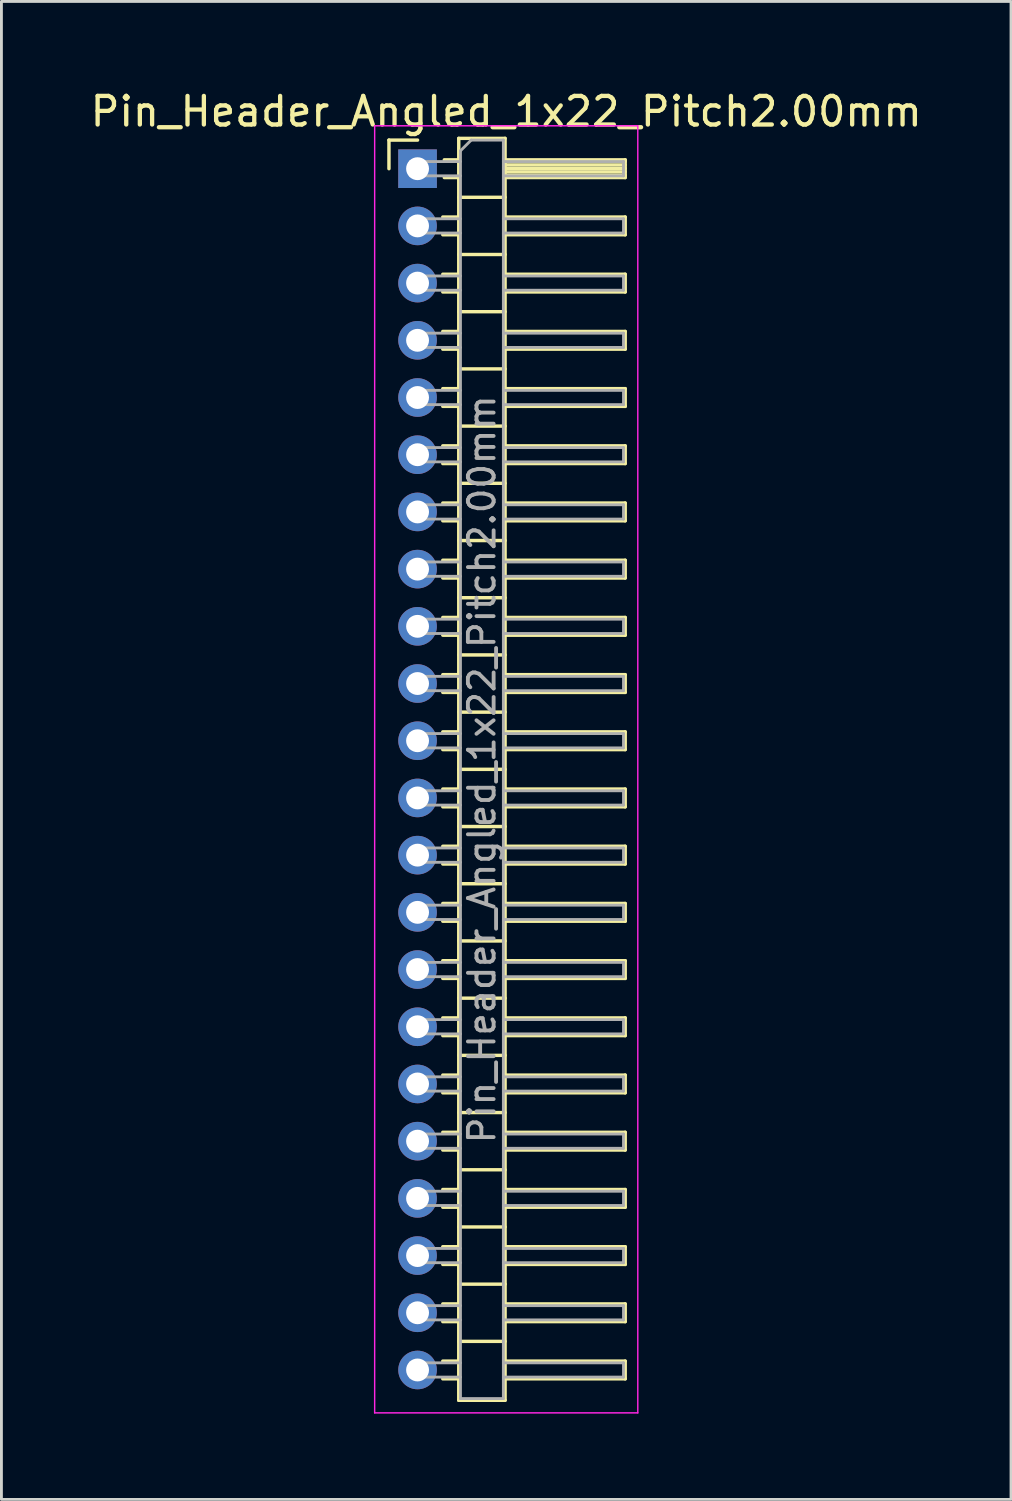
<source format=kicad_pcb>
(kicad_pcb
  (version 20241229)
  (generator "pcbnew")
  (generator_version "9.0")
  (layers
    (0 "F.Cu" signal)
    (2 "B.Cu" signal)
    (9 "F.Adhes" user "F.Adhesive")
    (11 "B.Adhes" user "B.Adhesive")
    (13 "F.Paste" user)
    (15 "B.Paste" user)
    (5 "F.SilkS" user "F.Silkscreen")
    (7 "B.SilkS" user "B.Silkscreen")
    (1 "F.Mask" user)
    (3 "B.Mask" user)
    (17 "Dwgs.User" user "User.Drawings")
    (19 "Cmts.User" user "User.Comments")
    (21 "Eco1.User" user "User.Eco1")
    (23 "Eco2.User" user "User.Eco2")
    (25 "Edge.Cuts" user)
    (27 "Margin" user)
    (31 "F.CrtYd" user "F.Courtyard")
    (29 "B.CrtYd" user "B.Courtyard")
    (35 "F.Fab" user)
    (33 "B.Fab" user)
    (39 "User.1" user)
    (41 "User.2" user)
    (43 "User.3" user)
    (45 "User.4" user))
  (footprint "Pin_Header_Angled_1x22_Pitch2.00mm"
    (layer "F.Cu")
    (at 11.549 2.848)
    (property "Reference" "Pin_Header_Angled_1x22_Pitch2.00mm" (at 3.1 -2 0) (layer "F.SilkS") (effects (font (size 1 1) (thickness 0.15))))
    (attr through_hole)
    (fp_line (start -1 -1) (end 0 -1) (stroke (width 0.12) (type solid)) (layer "F.SilkS"))
    (fp_line (start -1 0) (end -1 -1) (stroke (width 0.12) (type solid)) (layer "F.SilkS"))
    (fp_line (start 0.882 1.69) (end 1.44 1.69) (stroke (width 0.12) (type solid)) (layer "F.SilkS"))
    (fp_line (start 0.882 2.31) (end 1.44 2.31) (stroke (width 0.12) (type solid)) (layer "F.SilkS"))
    (fp_line (start 0.882 3.69) (end 1.44 3.69) (stroke (width 0.12) (type solid)) (layer "F.SilkS"))
    (fp_line (start 0.882 4.31) (end 1.44 4.31) (stroke (width 0.12) (type solid)) (layer "F.SilkS"))
    (fp_line (start 0.882 5.69) (end 1.44 5.69) (stroke (width 0.12) (type solid)) (layer "F.SilkS"))
    (fp_line (start 0.882 6.31) (end 1.44 6.31) (stroke (width 0.12) (type solid)) (layer "F.SilkS"))
    (fp_line (start 0.882 7.69) (end 1.44 7.69) (stroke (width 0.12) (type solid)) (layer "F.SilkS"))
    (fp_line (start 0.882 8.31) (end 1.44 8.31) (stroke (width 0.12) (type solid)) (layer "F.SilkS"))
    (fp_line (start 0.882 9.69) (end 1.44 9.69) (stroke (width 0.12) (type solid)) (layer "F.SilkS"))
    (fp_line (start 0.882 10.31) (end 1.44 10.31) (stroke (width 0.12) (type solid)) (layer "F.SilkS"))
    (fp_line (start 0.882 11.69) (end 1.44 11.69) (stroke (width 0.12) (type solid)) (layer "F.SilkS"))
    (fp_line (start 0.882 12.31) (end 1.44 12.31) (stroke (width 0.12) (type solid)) (layer "F.SilkS"))
    (fp_line (start 0.882 13.69) (end 1.44 13.69) (stroke (width 0.12) (type solid)) (layer "F.SilkS"))
    (fp_line (start 0.882 14.31) (end 1.44 14.31) (stroke (width 0.12) (type solid)) (layer "F.SilkS"))
    (fp_line (start 0.882 15.69) (end 1.44 15.69) (stroke (width 0.12) (type solid)) (layer "F.SilkS"))
    (fp_line (start 0.882 16.31) (end 1.44 16.31) (stroke (width 0.12) (type solid)) (layer "F.SilkS"))
    (fp_line (start 0.882 17.69) (end 1.44 17.69) (stroke (width 0.12) (type solid)) (layer "F.SilkS"))
    (fp_line (start 0.882 18.31) (end 1.44 18.31) (stroke (width 0.12) (type solid)) (layer "F.SilkS"))
    (fp_line (start 0.882 19.69) (end 1.44 19.69) (stroke (width 0.12) (type solid)) (layer "F.SilkS"))
    (fp_line (start 0.882 20.31) (end 1.44 20.31) (stroke (width 0.12) (type solid)) (layer "F.SilkS"))
    (fp_line (start 0.882 21.69) (end 1.44 21.69) (stroke (width 0.12) (type solid)) (layer "F.SilkS"))
    (fp_line (start 0.882 22.31) (end 1.44 22.31) (stroke (width 0.12) (type solid)) (layer "F.SilkS"))
    (fp_line (start 0.882 23.69) (end 1.44 23.69) (stroke (width 0.12) (type solid)) (layer "F.SilkS"))
    (fp_line (start 0.882 24.31) (end 1.44 24.31) (stroke (width 0.12) (type solid)) (layer "F.SilkS"))
    (fp_line (start 0.882 25.69) (end 1.44 25.69) (stroke (width 0.12) (type solid)) (layer "F.SilkS"))
    (fp_line (start 0.882 26.31) (end 1.44 26.31) (stroke (width 0.12) (type solid)) (layer "F.SilkS"))
    (fp_line (start 0.882 27.69) (end 1.44 27.69) (stroke (width 0.12) (type solid)) (layer "F.SilkS"))
    (fp_line (start 0.882 28.31) (end 1.44 28.31) (stroke (width 0.12) (type solid)) (layer "F.SilkS"))
    (fp_line (start 0.882 29.69) (end 1.44 29.69) (stroke (width 0.12) (type solid)) (layer "F.SilkS"))
    (fp_line (start 0.882 30.31) (end 1.44 30.31) (stroke (width 0.12) (type solid)) (layer "F.SilkS"))
    (fp_line (start 0.882 31.69) (end 1.44 31.69) (stroke (width 0.12) (type solid)) (layer "F.SilkS"))
    (fp_line (start 0.882 32.31) (end 1.44 32.31) (stroke (width 0.12) (type solid)) (layer "F.SilkS"))
    (fp_line (start 0.882 33.69) (end 1.44 33.69) (stroke (width 0.12) (type solid)) (layer "F.SilkS"))
    (fp_line (start 0.882 34.31) (end 1.44 34.31) (stroke (width 0.12) (type solid)) (layer "F.SilkS"))
    (fp_line (start 0.882 35.69) (end 1.44 35.69) (stroke (width 0.12) (type solid)) (layer "F.SilkS"))
    (fp_line (start 0.882 36.31) (end 1.44 36.31) (stroke (width 0.12) (type solid)) (layer "F.SilkS"))
    (fp_line (start 0.882 37.69) (end 1.44 37.69) (stroke (width 0.12) (type solid)) (layer "F.SilkS"))
    (fp_line (start 0.882 38.31) (end 1.44 38.31) (stroke (width 0.12) (type solid)) (layer "F.SilkS"))
    (fp_line (start 0.882 39.69) (end 1.44 39.69) (stroke (width 0.12) (type solid)) (layer "F.SilkS"))
    (fp_line (start 0.882 40.31) (end 1.44 40.31) (stroke (width 0.12) (type solid)) (layer "F.SilkS"))
    (fp_line (start 0.882 41.69) (end 1.44 41.69) (stroke (width 0.12) (type solid)) (layer "F.SilkS"))
    (fp_line (start 0.882 42.31) (end 1.44 42.31) (stroke (width 0.12) (type solid)) (layer "F.SilkS"))
    (fp_line (start 0.935 -0.31) (end 1.44 -0.31) (stroke (width 0.12) (type solid)) (layer "F.SilkS"))
    (fp_line (start 0.935 0.31) (end 1.44 0.31) (stroke (width 0.12) (type solid)) (layer "F.SilkS"))
    (fp_line (start 1.44 -1.06) (end 1.44 43.06) (stroke (width 0.12) (type solid)) (layer "F.SilkS"))
    (fp_line (start 1.44 1) (end 3.06 1) (stroke (width 0.12) (type solid)) (layer "F.SilkS"))
    (fp_line (start 1.44 3) (end 3.06 3) (stroke (width 0.12) (type solid)) (layer "F.SilkS"))
    (fp_line (start 1.44 5) (end 3.06 5) (stroke (width 0.12) (type solid)) (layer "F.SilkS"))
    (fp_line (start 1.44 7) (end 3.06 7) (stroke (width 0.12) (type solid)) (layer "F.SilkS"))
    (fp_line (start 1.44 9) (end 3.06 9) (stroke (width 0.12) (type solid)) (layer "F.SilkS"))
    (fp_line (start 1.44 11) (end 3.06 11) (stroke (width 0.12) (type solid)) (layer "F.SilkS"))
    (fp_line (start 1.44 13) (end 3.06 13) (stroke (width 0.12) (type solid)) (layer "F.SilkS"))
    (fp_line (start 1.44 15) (end 3.06 15) (stroke (width 0.12) (type solid)) (layer "F.SilkS"))
    (fp_line (start 1.44 17) (end 3.06 17) (stroke (width 0.12) (type solid)) (layer "F.SilkS"))
    (fp_line (start 1.44 19) (end 3.06 19) (stroke (width 0.12) (type solid)) (layer "F.SilkS"))
    (fp_line (start 1.44 21) (end 3.06 21) (stroke (width 0.12) (type solid)) (layer "F.SilkS"))
    (fp_line (start 1.44 23) (end 3.06 23) (stroke (width 0.12) (type solid)) (layer "F.SilkS"))
    (fp_line (start 1.44 25) (end 3.06 25) (stroke (width 0.12) (type solid)) (layer "F.SilkS"))
    (fp_line (start 1.44 27) (end 3.06 27) (stroke (width 0.12) (type solid)) (layer "F.SilkS"))
    (fp_line (start 1.44 29) (end 3.06 29) (stroke (width 0.12) (type solid)) (layer "F.SilkS"))
    (fp_line (start 1.44 31) (end 3.06 31) (stroke (width 0.12) (type solid)) (layer "F.SilkS"))
    (fp_line (start 1.44 33) (end 3.06 33) (stroke (width 0.12) (type solid)) (layer "F.SilkS"))
    (fp_line (start 1.44 35) (end 3.06 35) (stroke (width 0.12) (type solid)) (layer "F.SilkS"))
    (fp_line (start 1.44 37) (end 3.06 37) (stroke (width 0.12) (type solid)) (layer "F.SilkS"))
    (fp_line (start 1.44 39) (end 3.06 39) (stroke (width 0.12) (type solid)) (layer "F.SilkS"))
    (fp_line (start 1.44 41) (end 3.06 41) (stroke (width 0.12) (type solid)) (layer "F.SilkS"))
    (fp_line (start 1.44 43.06) (end 3.06 43.06) (stroke (width 0.12) (type solid)) (layer "F.SilkS"))
    (fp_line (start 3.06 -1.06) (end 1.44 -1.06) (stroke (width 0.12) (type solid)) (layer "F.SilkS"))
    (fp_line (start 3.06 -0.31) (end 7.26 -0.31) (stroke (width 0.12) (type solid)) (layer "F.SilkS"))
    (fp_line (start 3.06 -0.25) (end 7.26 -0.25) (stroke (width 0.12) (type solid)) (layer "F.SilkS"))
    (fp_line (start 3.06 -0.13) (end 7.26 -0.13) (stroke (width 0.12) (type solid)) (layer "F.SilkS"))
    (fp_line (start 3.06 -0.01) (end 7.26 -0.01) (stroke (width 0.12) (type solid)) (layer "F.SilkS"))
    (fp_line (start 3.06 0.11) (end 7.26 0.11) (stroke (width 0.12) (type solid)) (layer "F.SilkS"))
    (fp_line (start 3.06 0.23) (end 7.26 0.23) (stroke (width 0.12) (type solid)) (layer "F.SilkS"))
    (fp_line (start 3.06 1.69) (end 7.26 1.69) (stroke (width 0.12) (type solid)) (layer "F.SilkS"))
    (fp_line (start 3.06 3.69) (end 7.26 3.69) (stroke (width 0.12) (type solid)) (layer "F.SilkS"))
    (fp_line (start 3.06 5.69) (end 7.26 5.69) (stroke (width 0.12) (type solid)) (layer "F.SilkS"))
    (fp_line (start 3.06 7.69) (end 7.26 7.69) (stroke (width 0.12) (type solid)) (layer "F.SilkS"))
    (fp_line (start 3.06 9.69) (end 7.26 9.69) (stroke (width 0.12) (type solid)) (layer "F.SilkS"))
    (fp_line (start 3.06 11.69) (end 7.26 11.69) (stroke (width 0.12) (type solid)) (layer "F.SilkS"))
    (fp_line (start 3.06 13.69) (end 7.26 13.69) (stroke (width 0.12) (type solid)) (layer "F.SilkS"))
    (fp_line (start 3.06 15.69) (end 7.26 15.69) (stroke (width 0.12) (type solid)) (layer "F.SilkS"))
    (fp_line (start 3.06 17.69) (end 7.26 17.69) (stroke (width 0.12) (type solid)) (layer "F.SilkS"))
    (fp_line (start 3.06 19.69) (end 7.26 19.69) (stroke (width 0.12) (type solid)) (layer "F.SilkS"))
    (fp_line (start 3.06 21.69) (end 7.26 21.69) (stroke (width 0.12) (type solid)) (layer "F.SilkS"))
    (fp_line (start 3.06 23.69) (end 7.26 23.69) (stroke (width 0.12) (type solid)) (layer "F.SilkS"))
    (fp_line (start 3.06 25.69) (end 7.26 25.69) (stroke (width 0.12) (type solid)) (layer "F.SilkS"))
    (fp_line (start 3.06 27.69) (end 7.26 27.69) (stroke (width 0.12) (type solid)) (layer "F.SilkS"))
    (fp_line (start 3.06 29.69) (end 7.26 29.69) (stroke (width 0.12) (type solid)) (layer "F.SilkS"))
    (fp_line (start 3.06 31.69) (end 7.26 31.69) (stroke (width 0.12) (type solid)) (layer "F.SilkS"))
    (fp_line (start 3.06 33.69) (end 7.26 33.69) (stroke (width 0.12) (type solid)) (layer "F.SilkS"))
    (fp_line (start 3.06 35.69) (end 7.26 35.69) (stroke (width 0.12) (type solid)) (layer "F.SilkS"))
    (fp_line (start 3.06 37.69) (end 7.26 37.69) (stroke (width 0.12) (type solid)) (layer "F.SilkS"))
    (fp_line (start 3.06 39.69) (end 7.26 39.69) (stroke (width 0.12) (type solid)) (layer "F.SilkS"))
    (fp_line (start 3.06 41.69) (end 7.26 41.69) (stroke (width 0.12) (type solid)) (layer "F.SilkS"))
    (fp_line (start 3.06 43.06) (end 3.06 -1.06) (stroke (width 0.12) (type solid)) (layer "F.SilkS"))
    (fp_line (start 7.26 -0.31) (end 7.26 0.31) (stroke (width 0.12) (type solid)) (layer "F.SilkS"))
    (fp_line (start 7.26 0.31) (end 3.06 0.31) (stroke (width 0.12) (type solid)) (layer "F.SilkS"))
    (fp_line (start 7.26 1.69) (end 7.26 2.31) (stroke (width 0.12) (type solid)) (layer "F.SilkS"))
    (fp_line (start 7.26 2.31) (end 3.06 2.31) (stroke (width 0.12) (type solid)) (layer "F.SilkS"))
    (fp_line (start 7.26 3.69) (end 7.26 4.31) (stroke (width 0.12) (type solid)) (layer "F.SilkS"))
    (fp_line (start 7.26 4.31) (end 3.06 4.31) (stroke (width 0.12) (type solid)) (layer "F.SilkS"))
    (fp_line (start 7.26 5.69) (end 7.26 6.31) (stroke (width 0.12) (type solid)) (layer "F.SilkS"))
    (fp_line (start 7.26 6.31) (end 3.06 6.31) (stroke (width 0.12) (type solid)) (layer "F.SilkS"))
    (fp_line (start 7.26 7.69) (end 7.26 8.31) (stroke (width 0.12) (type solid)) (layer "F.SilkS"))
    (fp_line (start 7.26 8.31) (end 3.06 8.31) (stroke (width 0.12) (type solid)) (layer "F.SilkS"))
    (fp_line (start 7.26 9.69) (end 7.26 10.31) (stroke (width 0.12) (type solid)) (layer "F.SilkS"))
    (fp_line (start 7.26 10.31) (end 3.06 10.31) (stroke (width 0.12) (type solid)) (layer "F.SilkS"))
    (fp_line (start 7.26 11.69) (end 7.26 12.31) (stroke (width 0.12) (type solid)) (layer "F.SilkS"))
    (fp_line (start 7.26 12.31) (end 3.06 12.31) (stroke (width 0.12) (type solid)) (layer "F.SilkS"))
    (fp_line (start 7.26 13.69) (end 7.26 14.31) (stroke (width 0.12) (type solid)) (layer "F.SilkS"))
    (fp_line (start 7.26 14.31) (end 3.06 14.31) (stroke (width 0.12) (type solid)) (layer "F.SilkS"))
    (fp_line (start 7.26 15.69) (end 7.26 16.31) (stroke (width 0.12) (type solid)) (layer "F.SilkS"))
    (fp_line (start 7.26 16.31) (end 3.06 16.31) (stroke (width 0.12) (type solid)) (layer "F.SilkS"))
    (fp_line (start 7.26 17.69) (end 7.26 18.31) (stroke (width 0.12) (type solid)) (layer "F.SilkS"))
    (fp_line (start 7.26 18.31) (end 3.06 18.31) (stroke (width 0.12) (type solid)) (layer "F.SilkS"))
    (fp_line (start 7.26 19.69) (end 7.26 20.31) (stroke (width 0.12) (type solid)) (layer "F.SilkS"))
    (fp_line (start 7.26 20.31) (end 3.06 20.31) (stroke (width 0.12) (type solid)) (layer "F.SilkS"))
    (fp_line (start 7.26 21.69) (end 7.26 22.31) (stroke (width 0.12) (type solid)) (layer "F.SilkS"))
    (fp_line (start 7.26 22.31) (end 3.06 22.31) (stroke (width 0.12) (type solid)) (layer "F.SilkS"))
    (fp_line (start 7.26 23.69) (end 7.26 24.31) (stroke (width 0.12) (type solid)) (layer "F.SilkS"))
    (fp_line (start 7.26 24.31) (end 3.06 24.31) (stroke (width 0.12) (type solid)) (layer "F.SilkS"))
    (fp_line (start 7.26 25.69) (end 7.26 26.31) (stroke (width 0.12) (type solid)) (layer "F.SilkS"))
    (fp_line (start 7.26 26.31) (end 3.06 26.31) (stroke (width 0.12) (type solid)) (layer "F.SilkS"))
    (fp_line (start 7.26 27.69) (end 7.26 28.31) (stroke (width 0.12) (type solid)) (layer "F.SilkS"))
    (fp_line (start 7.26 28.31) (end 3.06 28.31) (stroke (width 0.12) (type solid)) (layer "F.SilkS"))
    (fp_line (start 7.26 29.69) (end 7.26 30.31) (stroke (width 0.12) (type solid)) (layer "F.SilkS"))
    (fp_line (start 7.26 30.31) (end 3.06 30.31) (stroke (width 0.12) (type solid)) (layer "F.SilkS"))
    (fp_line (start 7.26 31.69) (end 7.26 32.31) (stroke (width 0.12) (type solid)) (layer "F.SilkS"))
    (fp_line (start 7.26 32.31) (end 3.06 32.31) (stroke (width 0.12) (type solid)) (layer "F.SilkS"))
    (fp_line (start 7.26 33.69) (end 7.26 34.31) (stroke (width 0.12) (type solid)) (layer "F.SilkS"))
    (fp_line (start 7.26 34.31) (end 3.06 34.31) (stroke (width 0.12) (type solid)) (layer "F.SilkS"))
    (fp_line (start 7.26 35.69) (end 7.26 36.31) (stroke (width 0.12) (type solid)) (layer "F.SilkS"))
    (fp_line (start 7.26 36.31) (end 3.06 36.31) (stroke (width 0.12) (type solid)) (layer "F.SilkS"))
    (fp_line (start 7.26 37.69) (end 7.26 38.31) (stroke (width 0.12) (type solid)) (layer "F.SilkS"))
    (fp_line (start 7.26 38.31) (end 3.06 38.31) (stroke (width 0.12) (type solid)) (layer "F.SilkS"))
    (fp_line (start 7.26 39.69) (end 7.26 40.31) (stroke (width 0.12) (type solid)) (layer "F.SilkS"))
    (fp_line (start 7.26 40.31) (end 3.06 40.31) (stroke (width 0.12) (type solid)) (layer "F.SilkS"))
    (fp_line (start 7.26 41.69) (end 7.26 42.31) (stroke (width 0.12) (type solid)) (layer "F.SilkS"))
    (fp_line (start 7.26 42.31) (end 3.06 42.31) (stroke (width 0.12) (type solid)) (layer "F.SilkS"))
    (fp_line (start -1.5 -1.5) (end -1.5 43.5) (stroke (width 0.05) (type solid)) (layer "F.CrtYd"))
    (fp_line (start -1.5 43.5) (end 7.7 43.5) (stroke (width 0.05) (type solid)) (layer "F.CrtYd"))
    (fp_line (start 7.7 -1.5) (end -1.5 -1.5) (stroke (width 0.05) (type solid)) (layer "F.CrtYd"))
    (fp_line (start 7.7 43.5) (end 7.7 -1.5) (stroke (width 0.05) (type solid)) (layer "F.CrtYd"))
    (fp_line (start -0.25 -0.25) (end -0.25 0.25) (stroke (width 0.1) (type solid)) (layer "F.Fab"))
    (fp_line (start -0.25 -0.25) (end 1.5 -0.25) (stroke (width 0.1) (type solid)) (layer "F.Fab"))
    (fp_line (start -0.25 0.25) (end 1.5 0.25) (stroke (width 0.1) (type solid)) (layer "F.Fab"))
    (fp_line (start -0.25 1.75) (end -0.25 2.25) (stroke (width 0.1) (type solid)) (layer "F.Fab"))
    (fp_line (start -0.25 1.75) (end 1.5 1.75) (stroke (width 0.1) (type solid)) (layer "F.Fab"))
    (fp_line (start -0.25 2.25) (end 1.5 2.25) (stroke (width 0.1) (type solid)) (layer "F.Fab"))
    (fp_line (start -0.25 3.75) (end -0.25 4.25) (stroke (width 0.1) (type solid)) (layer "F.Fab"))
    (fp_line (start -0.25 3.75) (end 1.5 3.75) (stroke (width 0.1) (type solid)) (layer "F.Fab"))
    (fp_line (start -0.25 4.25) (end 1.5 4.25) (stroke (width 0.1) (type solid)) (layer "F.Fab"))
    (fp_line (start -0.25 5.75) (end -0.25 6.25) (stroke (width 0.1) (type solid)) (layer "F.Fab"))
    (fp_line (start -0.25 5.75) (end 1.5 5.75) (stroke (width 0.1) (type solid)) (layer "F.Fab"))
    (fp_line (start -0.25 6.25) (end 1.5 6.25) (stroke (width 0.1) (type solid)) (layer "F.Fab"))
    (fp_line (start -0.25 7.75) (end -0.25 8.25) (stroke (width 0.1) (type solid)) (layer "F.Fab"))
    (fp_line (start -0.25 7.75) (end 1.5 7.75) (stroke (width 0.1) (type solid)) (layer "F.Fab"))
    (fp_line (start -0.25 8.25) (end 1.5 8.25) (stroke (width 0.1) (type solid)) (layer "F.Fab"))
    (fp_line (start -0.25 9.75) (end -0.25 10.25) (stroke (width 0.1) (type solid)) (layer "F.Fab"))
    (fp_line (start -0.25 9.75) (end 1.5 9.75) (stroke (width 0.1) (type solid)) (layer "F.Fab"))
    (fp_line (start -0.25 10.25) (end 1.5 10.25) (stroke (width 0.1) (type solid)) (layer "F.Fab"))
    (fp_line (start -0.25 11.75) (end -0.25 12.25) (stroke (width 0.1) (type solid)) (layer "F.Fab"))
    (fp_line (start -0.25 11.75) (end 1.5 11.75) (stroke (width 0.1) (type solid)) (layer "F.Fab"))
    (fp_line (start -0.25 12.25) (end 1.5 12.25) (stroke (width 0.1) (type solid)) (layer "F.Fab"))
    (fp_line (start -0.25 13.75) (end -0.25 14.25) (stroke (width 0.1) (type solid)) (layer "F.Fab"))
    (fp_line (start -0.25 13.75) (end 1.5 13.75) (stroke (width 0.1) (type solid)) (layer "F.Fab"))
    (fp_line (start -0.25 14.25) (end 1.5 14.25) (stroke (width 0.1) (type solid)) (layer "F.Fab"))
    (fp_line (start -0.25 15.75) (end -0.25 16.25) (stroke (width 0.1) (type solid)) (layer "F.Fab"))
    (fp_line (start -0.25 15.75) (end 1.5 15.75) (stroke (width 0.1) (type solid)) (layer "F.Fab"))
    (fp_line (start -0.25 16.25) (end 1.5 16.25) (stroke (width 0.1) (type solid)) (layer "F.Fab"))
    (fp_line (start -0.25 17.75) (end -0.25 18.25) (stroke (width 0.1) (type solid)) (layer "F.Fab"))
    (fp_line (start -0.25 17.75) (end 1.5 17.75) (stroke (width 0.1) (type solid)) (layer "F.Fab"))
    (fp_line (start -0.25 18.25) (end 1.5 18.25) (stroke (width 0.1) (type solid)) (layer "F.Fab"))
    (fp_line (start -0.25 19.75) (end -0.25 20.25) (stroke (width 0.1) (type solid)) (layer "F.Fab"))
    (fp_line (start -0.25 19.75) (end 1.5 19.75) (stroke (width 0.1) (type solid)) (layer "F.Fab"))
    (fp_line (start -0.25 20.25) (end 1.5 20.25) (stroke (width 0.1) (type solid)) (layer "F.Fab"))
    (fp_line (start -0.25 21.75) (end -0.25 22.25) (stroke (width 0.1) (type solid)) (layer "F.Fab"))
    (fp_line (start -0.25 21.75) (end 1.5 21.75) (stroke (width 0.1) (type solid)) (layer "F.Fab"))
    (fp_line (start -0.25 22.25) (end 1.5 22.25) (stroke (width 0.1) (type solid)) (layer "F.Fab"))
    (fp_line (start -0.25 23.75) (end -0.25 24.25) (stroke (width 0.1) (type solid)) (layer "F.Fab"))
    (fp_line (start -0.25 23.75) (end 1.5 23.75) (stroke (width 0.1) (type solid)) (layer "F.Fab"))
    (fp_line (start -0.25 24.25) (end 1.5 24.25) (stroke (width 0.1) (type solid)) (layer "F.Fab"))
    (fp_line (start -0.25 25.75) (end -0.25 26.25) (stroke (width 0.1) (type solid)) (layer "F.Fab"))
    (fp_line (start -0.25 25.75) (end 1.5 25.75) (stroke (width 0.1) (type solid)) (layer "F.Fab"))
    (fp_line (start -0.25 26.25) (end 1.5 26.25) (stroke (width 0.1) (type solid)) (layer "F.Fab"))
    (fp_line (start -0.25 27.75) (end -0.25 28.25) (stroke (width 0.1) (type solid)) (layer "F.Fab"))
    (fp_line (start -0.25 27.75) (end 1.5 27.75) (stroke (width 0.1) (type solid)) (layer "F.Fab"))
    (fp_line (start -0.25 28.25) (end 1.5 28.25) (stroke (width 0.1) (type solid)) (layer "F.Fab"))
    (fp_line (start -0.25 29.75) (end -0.25 30.25) (stroke (width 0.1) (type solid)) (layer "F.Fab"))
    (fp_line (start -0.25 29.75) (end 1.5 29.75) (stroke (width 0.1) (type solid)) (layer "F.Fab"))
    (fp_line (start -0.25 30.25) (end 1.5 30.25) (stroke (width 0.1) (type solid)) (layer "F.Fab"))
    (fp_line (start -0.25 31.75) (end -0.25 32.25) (stroke (width 0.1) (type solid)) (layer "F.Fab"))
    (fp_line (start -0.25 31.75) (end 1.5 31.75) (stroke (width 0.1) (type solid)) (layer "F.Fab"))
    (fp_line (start -0.25 32.25) (end 1.5 32.25) (stroke (width 0.1) (type solid)) (layer "F.Fab"))
    (fp_line (start -0.25 33.75) (end -0.25 34.25) (stroke (width 0.1) (type solid)) (layer "F.Fab"))
    (fp_line (start -0.25 33.75) (end 1.5 33.75) (stroke (width 0.1) (type solid)) (layer "F.Fab"))
    (fp_line (start -0.25 34.25) (end 1.5 34.25) (stroke (width 0.1) (type solid)) (layer "F.Fab"))
    (fp_line (start -0.25 35.75) (end -0.25 36.25) (stroke (width 0.1) (type solid)) (layer "F.Fab"))
    (fp_line (start -0.25 35.75) (end 1.5 35.75) (stroke (width 0.1) (type solid)) (layer "F.Fab"))
    (fp_line (start -0.25 36.25) (end 1.5 36.25) (stroke (width 0.1) (type solid)) (layer "F.Fab"))
    (fp_line (start -0.25 37.75) (end -0.25 38.25) (stroke (width 0.1) (type solid)) (layer "F.Fab"))
    (fp_line (start -0.25 37.75) (end 1.5 37.75) (stroke (width 0.1) (type solid)) (layer "F.Fab"))
    (fp_line (start -0.25 38.25) (end 1.5 38.25) (stroke (width 0.1) (type solid)) (layer "F.Fab"))
    (fp_line (start -0.25 39.75) (end -0.25 40.25) (stroke (width 0.1) (type solid)) (layer "F.Fab"))
    (fp_line (start -0.25 39.75) (end 1.5 39.75) (stroke (width 0.1) (type solid)) (layer "F.Fab"))
    (fp_line (start -0.25 40.25) (end 1.5 40.25) (stroke (width 0.1) (type solid)) (layer "F.Fab"))
    (fp_line (start -0.25 41.75) (end -0.25 42.25) (stroke (width 0.1) (type solid)) (layer "F.Fab"))
    (fp_line (start -0.25 41.75) (end 1.5 41.75) (stroke (width 0.1) (type solid)) (layer "F.Fab"))
    (fp_line (start -0.25 42.25) (end 1.5 42.25) (stroke (width 0.1) (type solid)) (layer "F.Fab"))
    (fp_line (start 1.5 -0.625) (end 1.875 -1) (stroke (width 0.1) (type solid)) (layer "F.Fab"))
    (fp_line (start 1.5 43) (end 1.5 -0.625) (stroke (width 0.1) (type solid)) (layer "F.Fab"))
    (fp_line (start 1.875 -1) (end 3 -1) (stroke (width 0.1) (type solid)) (layer "F.Fab"))
    (fp_line (start 3 -1) (end 3 43) (stroke (width 0.1) (type solid)) (layer "F.Fab"))
    (fp_line (start 3 -0.25) (end 7.2 -0.25) (stroke (width 0.1) (type solid)) (layer "F.Fab"))
    (fp_line (start 3 0.25) (end 7.2 0.25) (stroke (width 0.1) (type solid)) (layer "F.Fab"))
    (fp_line (start 3 1.75) (end 7.2 1.75) (stroke (width 0.1) (type solid)) (layer "F.Fab"))
    (fp_line (start 3 2.25) (end 7.2 2.25) (stroke (width 0.1) (type solid)) (layer "F.Fab"))
    (fp_line (start 3 3.75) (end 7.2 3.75) (stroke (width 0.1) (type solid)) (layer "F.Fab"))
    (fp_line (start 3 4.25) (end 7.2 4.25) (stroke (width 0.1) (type solid)) (layer "F.Fab"))
    (fp_line (start 3 5.75) (end 7.2 5.75) (stroke (width 0.1) (type solid)) (layer "F.Fab"))
    (fp_line (start 3 6.25) (end 7.2 6.25) (stroke (width 0.1) (type solid)) (layer "F.Fab"))
    (fp_line (start 3 7.75) (end 7.2 7.75) (stroke (width 0.1) (type solid)) (layer "F.Fab"))
    (fp_line (start 3 8.25) (end 7.2 8.25) (stroke (width 0.1) (type solid)) (layer "F.Fab"))
    (fp_line (start 3 9.75) (end 7.2 9.75) (stroke (width 0.1) (type solid)) (layer "F.Fab"))
    (fp_line (start 3 10.25) (end 7.2 10.25) (stroke (width 0.1) (type solid)) (layer "F.Fab"))
    (fp_line (start 3 11.75) (end 7.2 11.75) (stroke (width 0.1) (type solid)) (layer "F.Fab"))
    (fp_line (start 3 12.25) (end 7.2 12.25) (stroke (width 0.1) (type solid)) (layer "F.Fab"))
    (fp_line (start 3 13.75) (end 7.2 13.75) (stroke (width 0.1) (type solid)) (layer "F.Fab"))
    (fp_line (start 3 14.25) (end 7.2 14.25) (stroke (width 0.1) (type solid)) (layer "F.Fab"))
    (fp_line (start 3 15.75) (end 7.2 15.75) (stroke (width 0.1) (type solid)) (layer "F.Fab"))
    (fp_line (start 3 16.25) (end 7.2 16.25) (stroke (width 0.1) (type solid)) (layer "F.Fab"))
    (fp_line (start 3 17.75) (end 7.2 17.75) (stroke (width 0.1) (type solid)) (layer "F.Fab"))
    (fp_line (start 3 18.25) (end 7.2 18.25) (stroke (width 0.1) (type solid)) (layer "F.Fab"))
    (fp_line (start 3 19.75) (end 7.2 19.75) (stroke (width 0.1) (type solid)) (layer "F.Fab"))
    (fp_line (start 3 20.25) (end 7.2 20.25) (stroke (width 0.1) (type solid)) (layer "F.Fab"))
    (fp_line (start 3 21.75) (end 7.2 21.75) (stroke (width 0.1) (type solid)) (layer "F.Fab"))
    (fp_line (start 3 22.25) (end 7.2 22.25) (stroke (width 0.1) (type solid)) (layer "F.Fab"))
    (fp_line (start 3 23.75) (end 7.2 23.75) (stroke (width 0.1) (type solid)) (layer "F.Fab"))
    (fp_line (start 3 24.25) (end 7.2 24.25) (stroke (width 0.1) (type solid)) (layer "F.Fab"))
    (fp_line (start 3 25.75) (end 7.2 25.75) (stroke (width 0.1) (type solid)) (layer "F.Fab"))
    (fp_line (start 3 26.25) (end 7.2 26.25) (stroke (width 0.1) (type solid)) (layer "F.Fab"))
    (fp_line (start 3 27.75) (end 7.2 27.75) (stroke (width 0.1) (type solid)) (layer "F.Fab"))
    (fp_line (start 3 28.25) (end 7.2 28.25) (stroke (width 0.1) (type solid)) (layer "F.Fab"))
    (fp_line (start 3 29.75) (end 7.2 29.75) (stroke (width 0.1) (type solid)) (layer "F.Fab"))
    (fp_line (start 3 30.25) (end 7.2 30.25) (stroke (width 0.1) (type solid)) (layer "F.Fab"))
    (fp_line (start 3 31.75) (end 7.2 31.75) (stroke (width 0.1) (type solid)) (layer "F.Fab"))
    (fp_line (start 3 32.25) (end 7.2 32.25) (stroke (width 0.1) (type solid)) (layer "F.Fab"))
    (fp_line (start 3 33.75) (end 7.2 33.75) (stroke (width 0.1) (type solid)) (layer "F.Fab"))
    (fp_line (start 3 34.25) (end 7.2 34.25) (stroke (width 0.1) (type solid)) (layer "F.Fab"))
    (fp_line (start 3 35.75) (end 7.2 35.75) (stroke (width 0.1) (type solid)) (layer "F.Fab"))
    (fp_line (start 3 36.25) (end 7.2 36.25) (stroke (width 0.1) (type solid)) (layer "F.Fab"))
    (fp_line (start 3 37.75) (end 7.2 37.75) (stroke (width 0.1) (type solid)) (layer "F.Fab"))
    (fp_line (start 3 38.25) (end 7.2 38.25) (stroke (width 0.1) (type solid)) (layer "F.Fab"))
    (fp_line (start 3 39.75) (end 7.2 39.75) (stroke (width 0.1) (type solid)) (layer "F.Fab"))
    (fp_line (start 3 40.25) (end 7.2 40.25) (stroke (width 0.1) (type solid)) (layer "F.Fab"))
    (fp_line (start 3 41.75) (end 7.2 41.75) (stroke (width 0.1) (type solid)) (layer "F.Fab"))
    (fp_line (start 3 42.25) (end 7.2 42.25) (stroke (width 0.1) (type solid)) (layer "F.Fab"))
    (fp_line (start 3 43) (end 1.5 43) (stroke (width 0.1) (type solid)) (layer "F.Fab"))
    (fp_line (start 7.2 -0.25) (end 7.2 0.25) (stroke (width 0.1) (type solid)) (layer "F.Fab"))
    (fp_line (start 7.2 1.75) (end 7.2 2.25) (stroke (width 0.1) (type solid)) (layer "F.Fab"))
    (fp_line (start 7.2 3.75) (end 7.2 4.25) (stroke (width 0.1) (type solid)) (layer "F.Fab"))
    (fp_line (start 7.2 5.75) (end 7.2 6.25) (stroke (width 0.1) (type solid)) (layer "F.Fab"))
    (fp_line (start 7.2 7.75) (end 7.2 8.25) (stroke (width 0.1) (type solid)) (layer "F.Fab"))
    (fp_line (start 7.2 9.75) (end 7.2 10.25) (stroke (width 0.1) (type solid)) (layer "F.Fab"))
    (fp_line (start 7.2 11.75) (end 7.2 12.25) (stroke (width 0.1) (type solid)) (layer "F.Fab"))
    (fp_line (start 7.2 13.75) (end 7.2 14.25) (stroke (width 0.1) (type solid)) (layer "F.Fab"))
    (fp_line (start 7.2 15.75) (end 7.2 16.25) (stroke (width 0.1) (type solid)) (layer "F.Fab"))
    (fp_line (start 7.2 17.75) (end 7.2 18.25) (stroke (width 0.1) (type solid)) (layer "F.Fab"))
    (fp_line (start 7.2 19.75) (end 7.2 20.25) (stroke (width 0.1) (type solid)) (layer "F.Fab"))
    (fp_line (start 7.2 21.75) (end 7.2 22.25) (stroke (width 0.1) (type solid)) (layer "F.Fab"))
    (fp_line (start 7.2 23.75) (end 7.2 24.25) (stroke (width 0.1) (type solid)) (layer "F.Fab"))
    (fp_line (start 7.2 25.75) (end 7.2 26.25) (stroke (width 0.1) (type solid)) (layer "F.Fab"))
    (fp_line (start 7.2 27.75) (end 7.2 28.25) (stroke (width 0.1) (type solid)) (layer "F.Fab"))
    (fp_line (start 7.2 29.75) (end 7.2 30.25) (stroke (width 0.1) (type solid)) (layer "F.Fab"))
    (fp_line (start 7.2 31.75) (end 7.2 32.25) (stroke (width 0.1) (type solid)) (layer "F.Fab"))
    (fp_line (start 7.2 33.75) (end 7.2 34.25) (stroke (width 0.1) (type solid)) (layer "F.Fab"))
    (fp_line (start 7.2 35.75) (end 7.2 36.25) (stroke (width 0.1) (type solid)) (layer "F.Fab"))
    (fp_line (start 7.2 37.75) (end 7.2 38.25) (stroke (width 0.1) (type solid)) (layer "F.Fab"))
    (fp_line (start 7.2 39.75) (end 7.2 40.25) (stroke (width 0.1) (type solid)) (layer "F.Fab"))
    (fp_line (start 7.2 41.75) (end 7.2 42.25) (stroke (width 0.1) (type solid)) (layer "F.Fab"))
    (fp_text user "${REFERENCE}" (at 2.25 21 90) (layer "F.Fab") (effects (font (size 0.9 0.9) (thickness 0.135))))
    (pad "1" thru_hole rect (at 0 0) (size 1.35 1.35) (drill 0.8) (layers "*.Cu" "*.Mask"))
    (pad "2" thru_hole oval (at 0 2) (size 1.35 1.35) (drill 0.8) (layers "*.Cu" "*.Mask"))
    (pad "3" thru_hole oval (at 0 4) (size 1.35 1.35) (drill 0.8) (layers "*.Cu" "*.Mask"))
    (pad "4" thru_hole oval (at 0 6) (size 1.35 1.35) (drill 0.8) (layers "*.Cu" "*.Mask"))
    (pad "5" thru_hole oval (at 0 8) (size 1.35 1.35) (drill 0.8) (layers "*.Cu" "*.Mask"))
    (pad "6" thru_hole oval (at 0 10) (size 1.35 1.35) (drill 0.8) (layers "*.Cu" "*.Mask"))
    (pad "7" thru_hole oval (at 0 12) (size 1.35 1.35) (drill 0.8) (layers "*.Cu" "*.Mask"))
    (pad "8" thru_hole oval (at 0 14) (size 1.35 1.35) (drill 0.8) (layers "*.Cu" "*.Mask"))
    (pad "9" thru_hole oval (at 0 16) (size 1.35 1.35) (drill 0.8) (layers "*.Cu" "*.Mask"))
    (pad "10" thru_hole oval (at 0 18) (size 1.35 1.35) (drill 0.8) (layers "*.Cu" "*.Mask"))
    (pad "11" thru_hole oval (at 0 20) (size 1.35 1.35) (drill 0.8) (layers "*.Cu" "*.Mask"))
    (pad "12" thru_hole oval (at 0 22) (size 1.35 1.35) (drill 0.8) (layers "*.Cu" "*.Mask"))
    (pad "13" thru_hole oval (at 0 24) (size 1.35 1.35) (drill 0.8) (layers "*.Cu" "*.Mask"))
    (pad "14" thru_hole oval (at 0 26) (size 1.35 1.35) (drill 0.8) (layers "*.Cu" "*.Mask"))
    (pad "15" thru_hole oval (at 0 28) (size 1.35 1.35) (drill 0.8) (layers "*.Cu" "*.Mask"))
    (pad "16" thru_hole oval (at 0 30) (size 1.35 1.35) (drill 0.8) (layers "*.Cu" "*.Mask"))
    (pad "17" thru_hole oval (at 0 32) (size 1.35 1.35) (drill 0.8) (layers "*.Cu" "*.Mask"))
    (pad "18" thru_hole oval (at 0 34) (size 1.35 1.35) (drill 0.8) (layers "*.Cu" "*.Mask"))
    (pad "19" thru_hole oval (at 0 36) (size 1.35 1.35) (drill 0.8) (layers "*.Cu" "*.Mask"))
    (pad "20" thru_hole oval (at 0 38) (size 1.35 1.35) (drill 0.8) (layers "*.Cu" "*.Mask"))
    (pad "21" thru_hole oval (at 0 40) (size 1.35 1.35) (drill 0.8) (layers "*.Cu" "*.Mask"))
    (pad "22" thru_hole oval (at 0 42) (size 1.35 1.35) (drill 0.8) (layers "*.Cu" "*.Mask")))
  (gr_rect
    (start -3 -3)
    (end 32.298 49.373)
    (stroke (width 0.1) (type default))
    (fill no)
    (layer "Edge.Cuts")))
</source>
